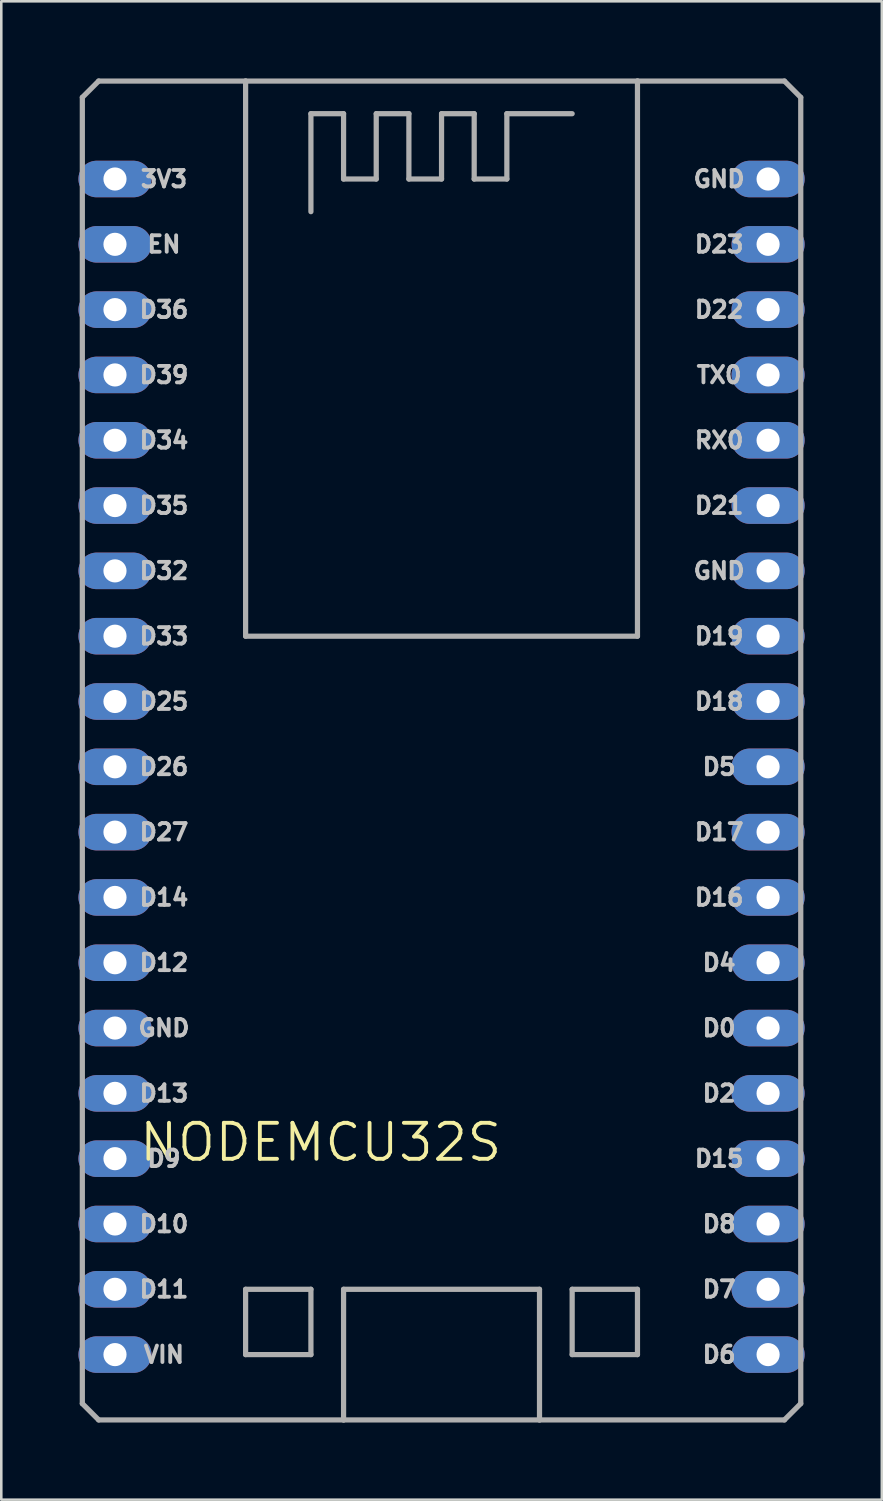
<source format=kicad_pcb>
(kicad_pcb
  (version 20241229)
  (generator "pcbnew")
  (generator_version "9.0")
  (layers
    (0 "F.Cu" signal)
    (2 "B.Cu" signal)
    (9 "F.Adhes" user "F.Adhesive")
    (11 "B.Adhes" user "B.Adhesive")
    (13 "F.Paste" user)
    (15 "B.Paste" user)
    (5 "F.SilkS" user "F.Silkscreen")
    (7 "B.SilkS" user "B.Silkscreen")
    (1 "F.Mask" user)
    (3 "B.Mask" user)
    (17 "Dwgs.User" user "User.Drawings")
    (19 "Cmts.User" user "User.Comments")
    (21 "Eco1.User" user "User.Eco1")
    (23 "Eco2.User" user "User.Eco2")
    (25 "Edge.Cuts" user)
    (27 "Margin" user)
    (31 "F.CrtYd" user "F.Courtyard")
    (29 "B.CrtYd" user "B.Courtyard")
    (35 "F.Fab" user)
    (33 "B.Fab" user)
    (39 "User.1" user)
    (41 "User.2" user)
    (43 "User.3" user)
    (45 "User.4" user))
  (footprint "NODEMCU32S"
    (layer "F.Cu")
    (at 15.392 25.502)
    (property "Reference" "NODEMCU32S" (at -5.969 15.875 180) (layer "F.SilkS") (effects (font (size 1.4 1.4) (thickness 0.15))))
    (attr through_hole)
    (fp_line (start -15.24 -24.765) (end -14.605 -25.4) (stroke (width 0.203) (type solid)) (layer "F.Fab"))
    (fp_line (start -15.24 26.035) (end -15.24 -24.765) (stroke (width 0.203) (type solid)) (layer "F.Fab"))
    (fp_line (start -15.24 26.035) (end -14.605 26.67) (stroke (width 0.203) (type solid)) (layer "F.Fab"))
    (fp_line (start -14.605 -25.4) (end -8.89 -25.4) (stroke (width 0.203) (type solid)) (layer "F.Fab"))
    (fp_line (start -14.605 26.67) (end -5.08 26.67) (stroke (width 0.203) (type solid)) (layer "F.Fab"))
    (fp_line (start -8.89 -25.4) (end -8.89 -3.81) (stroke (width 0.203) (type solid)) (layer "F.Fab"))
    (fp_line (start -8.89 -25.4) (end 6.35 -25.4) (stroke (width 0.203) (type solid)) (layer "F.Fab"))
    (fp_line (start -8.89 -3.81) (end 6.35 -3.81) (stroke (width 0.203) (type solid)) (layer "F.Fab"))
    (fp_line (start -8.89 21.59) (end -6.35 21.59) (stroke (width 0.203) (type solid)) (layer "F.Fab"))
    (fp_line (start -8.89 24.13) (end -8.89 21.59) (stroke (width 0.203) (type solid)) (layer "F.Fab"))
    (fp_line (start -6.35 -24.13) (end -5.08 -24.13) (stroke (width 0.203) (type solid)) (layer "F.Fab"))
    (fp_line (start -6.35 -20.32) (end -6.35 -24.13) (stroke (width 0.203) (type solid)) (layer "F.Fab"))
    (fp_line (start -6.35 21.59) (end -6.35 24.13) (stroke (width 0.203) (type solid)) (layer "F.Fab"))
    (fp_line (start -6.35 24.13) (end -8.89 24.13) (stroke (width 0.203) (type solid)) (layer "F.Fab"))
    (fp_line (start -5.08 -24.13) (end -5.08 -21.59) (stroke (width 0.203) (type solid)) (layer "F.Fab"))
    (fp_line (start -5.08 -21.59) (end -3.81 -21.59) (stroke (width 0.203) (type solid)) (layer "F.Fab"))
    (fp_line (start -5.08 21.59) (end 2.54 21.59) (stroke (width 0.203) (type solid)) (layer "F.Fab"))
    (fp_line (start -5.08 26.67) (end -5.08 21.59) (stroke (width 0.203) (type solid)) (layer "F.Fab"))
    (fp_line (start -5.08 26.67) (end 2.54 26.67) (stroke (width 0.203) (type solid)) (layer "F.Fab"))
    (fp_line (start -3.81 -24.13) (end -2.54 -24.13) (stroke (width 0.203) (type solid)) (layer "F.Fab"))
    (fp_line (start -3.81 -21.59) (end -3.81 -24.13) (stroke (width 0.203) (type solid)) (layer "F.Fab"))
    (fp_line (start -2.54 -24.13) (end -2.54 -21.59) (stroke (width 0.203) (type solid)) (layer "F.Fab"))
    (fp_line (start -2.54 -21.59) (end -1.27 -21.59) (stroke (width 0.203) (type solid)) (layer "F.Fab"))
    (fp_line (start -1.27 -24.13) (end 0 -24.13) (stroke (width 0.203) (type solid)) (layer "F.Fab"))
    (fp_line (start -1.27 -21.59) (end -1.27 -24.13) (stroke (width 0.203) (type solid)) (layer "F.Fab"))
    (fp_line (start 0 -24.13) (end 0 -21.59) (stroke (width 0.203) (type solid)) (layer "F.Fab"))
    (fp_line (start 0 -21.59) (end 1.27 -21.59) (stroke (width 0.203) (type solid)) (layer "F.Fab"))
    (fp_line (start 1.27 -24.13) (end 3.81 -24.13) (stroke (width 0.203) (type solid)) (layer "F.Fab"))
    (fp_line (start 1.27 -21.59) (end 1.27 -24.13) (stroke (width 0.203) (type solid)) (layer "F.Fab"))
    (fp_line (start 2.54 21.59) (end 2.54 26.67) (stroke (width 0.203) (type solid)) (layer "F.Fab"))
    (fp_line (start 2.54 26.67) (end 12.065 26.67) (stroke (width 0.203) (type solid)) (layer "F.Fab"))
    (fp_line (start 3.81 21.59) (end 3.81 24.13) (stroke (width 0.203) (type solid)) (layer "F.Fab"))
    (fp_line (start 3.81 24.13) (end 6.35 24.13) (stroke (width 0.203) (type solid)) (layer "F.Fab"))
    (fp_line (start 6.35 -25.4) (end 12.065 -25.4) (stroke (width 0.203) (type solid)) (layer "F.Fab"))
    (fp_line (start 6.35 -3.81) (end 6.35 -25.4) (stroke (width 0.203) (type solid)) (layer "F.Fab"))
    (fp_line (start 6.35 21.59) (end 3.81 21.59) (stroke (width 0.203) (type solid)) (layer "F.Fab"))
    (fp_line (start 6.35 24.13) (end 6.35 21.59) (stroke (width 0.203) (type solid)) (layer "F.Fab"))
    (fp_line (start 12.065 -25.4) (end 12.7 -24.765) (stroke (width 0.203) (type solid)) (layer "F.Fab"))
    (fp_line (start 12.7 -24.765) (end 12.7 26.035) (stroke (width 0.203) (type solid)) (layer "F.Fab"))
    (fp_line (start 12.7 26.035) (end 12.065 26.67) (stroke (width 0.203) (type solid)) (layer "F.Fab"))
    (fp_text user "D17" (at 9.525 3.81 0) (layer "Dwgs.User") (effects (font (size 0.64 0.64) (thickness 0.15))))
    (fp_text user "D5" (at 9.525 1.27 0) (layer "Dwgs.User") (effects (font (size 0.64 0.64) (thickness 0.15))))
    (fp_text user "D16" (at 9.525 6.35 0) (layer "Dwgs.User") (effects (font (size 0.64 0.64) (thickness 0.15))))
    (fp_text user "VIN" (at -12.065 24.13 0) (layer "Dwgs.User") (effects (font (size 0.64 0.64) (thickness 0.15))))
    (fp_text user "RX0" (at 9.525 -11.43 0) (layer "Dwgs.User") (effects (font (size 0.64 0.64) (thickness 0.15))))
    (fp_text user "D4" (at 9.525 8.89 0) (layer "Dwgs.User") (effects (font (size 0.64 0.64) (thickness 0.15))))
    (fp_text user "TX0" (at 9.525 -13.97 0) (layer "Dwgs.User") (effects (font (size 0.64 0.64) (thickness 0.15))))
    (fp_text user "EN" (at -12.065 -19.05 0) (layer "Dwgs.User") (effects (font (size 0.64 0.64) (thickness 0.15))))
    (fp_text user "D11" (at -12.065 21.59 0) (layer "Dwgs.User") (effects (font (size 0.64 0.64) (thickness 0.15))))
    (fp_text user "D33" (at -12.065 -3.81 0) (layer "Dwgs.User") (effects (font (size 0.64 0.64) (thickness 0.15))))
    (fp_text user "D21" (at 9.525 -8.89 0) (layer "Dwgs.User") (effects (font (size 0.64 0.64) (thickness 0.15))))
    (fp_text user "D26" (at -12.065 1.27 0) (layer "Dwgs.User") (effects (font (size 0.64 0.64) (thickness 0.15))))
    (fp_text user "D0" (at 9.525 11.43 0) (layer "Dwgs.User") (effects (font (size 0.64 0.64) (thickness 0.15))))
    (fp_text user "GND" (at -12.065 11.43 0) (layer "Dwgs.User") (effects (font (size 0.64 0.64) (thickness 0.15))))
    (fp_text user "D14" (at -12.065 6.35 0) (layer "Dwgs.User") (effects (font (size 0.64 0.64) (thickness 0.15))))
    (fp_text user "D23" (at 9.525 -19.05 0) (layer "Dwgs.User") (effects (font (size 0.64 0.64) (thickness 0.15))))
    (fp_text user "D39" (at -12.065 -13.97 0) (layer "Dwgs.User") (effects (font (size 0.64 0.64) (thickness 0.15))))
    (fp_text user "D19" (at 9.525 -3.81 0) (layer "Dwgs.User") (effects (font (size 0.64 0.64) (thickness 0.15))))
    (fp_text user "D6" (at 9.525 24.13 0) (layer "Dwgs.User") (effects (font (size 0.64 0.64) (thickness 0.15))))
    (fp_text user "D13" (at -12.065 13.97 0) (layer "Dwgs.User") (effects (font (size 0.64 0.64) (thickness 0.15))))
    (fp_text user "D2" (at 9.525 13.97 0) (layer "Dwgs.User") (effects (font (size 0.64 0.64) (thickness 0.15))))
    (fp_text user "D27" (at -12.065 3.81 0) (layer "Dwgs.User") (effects (font (size 0.64 0.64) (thickness 0.15))))
    (fp_text user "D10" (at -12.065 19.05 0) (layer "Dwgs.User") (effects (font (size 0.64 0.64) (thickness 0.15))))
    (fp_text user "D7" (at 9.525 21.59 0) (layer "Dwgs.User") (effects (font (size 0.64 0.64) (thickness 0.15))))
    (fp_text user "D18" (at 9.525 -1.27 0) (layer "Dwgs.User") (effects (font (size 0.64 0.64) (thickness 0.15))))
    (fp_text user "GND" (at 9.525 -6.35 0) (layer "Dwgs.User") (effects (font (size 0.64 0.64) (thickness 0.15))))
    (fp_text user "D22" (at 9.525 -16.51 0) (layer "Dwgs.User") (effects (font (size 0.64 0.64) (thickness 0.15))))
    (fp_text user "D36" (at -12.065 -16.51 0) (layer "Dwgs.User") (effects (font (size 0.64 0.64) (thickness 0.15))))
    (fp_text user "D12" (at -12.065 8.89 0) (layer "Dwgs.User") (effects (font (size 0.64 0.64) (thickness 0.15))))
    (fp_text user "D34" (at -12.065 -11.43 0) (layer "Dwgs.User") (effects (font (size 0.64 0.64) (thickness 0.15))))
    (fp_text user "D8" (at 9.525 19.05 0) (layer "Dwgs.User") (effects (font (size 0.64 0.64) (thickness 0.15))))
    (fp_text user "D9" (at -12.065 16.51 0) (layer "Dwgs.User") (effects (font (size 0.64 0.64) (thickness 0.15))))
    (fp_text user "D25" (at -12.065 -1.27 0) (layer "Dwgs.User") (effects (font (size 0.64 0.64) (thickness 0.15))))
    (fp_text user "D35" (at -12.065 -8.89 0) (layer "Dwgs.User") (effects (font (size 0.64 0.64) (thickness 0.15))))
    (fp_text user "D32" (at -12.065 -6.35 0) (layer "Dwgs.User") (effects (font (size 0.64 0.64) (thickness 0.15))))
    (fp_text user "D15" (at 9.525 16.51 0) (layer "Dwgs.User") (effects (font (size 0.64 0.64) (thickness 0.15))))
    (fp_text user "GND" (at 9.525 -21.59 0) (layer "Dwgs.User") (effects (font (size 0.64 0.64) (thickness 0.15))))
    (fp_text user "3V3" (at -12.065 -21.59 0) (layer "Dwgs.User") (effects (font (size 0.64 0.64) (thickness 0.15))))
    (pad "3V3" thru_hole oval (at -13.97 -21.59) (size 2.845 1.422) (drill 0.9) (layers "*.Cu" "*.Mask"))
    (pad "EN" thru_hole oval (at -13.97 -19.05) (size 2.845 1.422) (drill 0.9) (layers "*.Cu" "*.Mask"))
    (pad "GND@1" thru_hole oval (at -13.97 11.43) (size 2.845 1.422) (drill 0.9) (layers "*.Cu" "*.Mask"))
    (pad "GND@2" thru_hole oval (at 11.43 -21.59) (size 2.845 1.422) (drill 0.9) (layers "*.Cu" "*.Mask"))
    (pad "GND@3" thru_hole oval (at 11.43 -6.35) (size 2.845 1.422) (drill 0.9) (layers "*.Cu" "*.Mask"))
    (pad "GPIO0" thru_hole oval (at 11.43 11.43) (size 2.845 1.422) (drill 0.9) (layers "*.Cu" "*.Mask"))
    (pad "GPIO2" thru_hole oval (at 11.43 13.97) (size 2.845 1.422) (drill 0.9) (layers "*.Cu" "*.Mask"))
    (pad "GPIO4" thru_hole oval (at 11.43 8.89) (size 2.845 1.422) (drill 0.9) (layers "*.Cu" "*.Mask"))
    (pad "GPIO5" thru_hole oval (at 11.43 1.27) (size 2.845 1.422) (drill 0.9) (layers "*.Cu" "*.Mask"))
    (pad "GPIO6" thru_hole oval (at 11.43 24.13) (size 2.845 1.422) (drill 0.9) (layers "*.Cu" "*.Mask"))
    (pad "GPIO7" thru_hole oval (at 11.43 21.59) (size 2.845 1.422) (drill 0.9) (layers "*.Cu" "*.Mask"))
    (pad "GPIO8" thru_hole oval (at 11.43 19.05) (size 2.845 1.422) (drill 0.9) (layers "*.Cu" "*.Mask"))
    (pad "GPIO9" thru_hole oval (at -13.97 16.51) (size 2.845 1.422) (drill 0.9) (layers "*.Cu" "*.Mask"))
    (pad "GPIO10" thru_hole oval (at -13.97 19.05) (size 2.845 1.422) (drill 0.9) (layers "*.Cu" "*.Mask"))
    (pad "GPIO11" thru_hole oval (at -13.97 21.59) (size 2.845 1.422) (drill 0.9) (layers "*.Cu" "*.Mask"))
    (pad "GPIO12" thru_hole oval (at -13.97 8.89) (size 2.845 1.422) (drill 0.9) (layers "*.Cu" "*.Mask"))
    (pad "GPIO13" thru_hole oval (at -13.97 13.97) (size 2.845 1.422) (drill 0.9) (layers "*.Cu" "*.Mask"))
    (pad "GPIO14" thru_hole oval (at -13.97 6.35) (size 2.845 1.422) (drill 0.9) (layers "*.Cu" "*.Mask"))
    (pad "GPIO15" thru_hole oval (at 11.43 16.51) (size 2.845 1.422) (drill 0.9) (layers "*.Cu" "*.Mask"))
    (pad "GPIO16" thru_hole oval (at 11.43 6.35) (size 2.845 1.422) (drill 0.9) (layers "*.Cu" "*.Mask"))
    (pad "GPIO17" thru_hole oval (at 11.43 3.81) (size 2.845 1.422) (drill 0.9) (layers "*.Cu" "*.Mask"))
    (pad "GPIO18" thru_hole oval (at 11.43 -1.27) (size 2.845 1.422) (drill 0.9) (layers "*.Cu" "*.Mask"))
    (pad "GPIO19" thru_hole oval (at 11.43 -3.81) (size 2.845 1.422) (drill 0.9) (layers "*.Cu" "*.Mask"))
    (pad "GPIO21" thru_hole oval (at 11.43 -8.89) (size 2.845 1.422) (drill 0.9) (layers "*.Cu" "*.Mask"))
    (pad "GPIO22" thru_hole oval (at 11.43 -16.51) (size 2.845 1.422) (drill 0.9) (layers "*.Cu" "*.Mask"))
    (pad "GPIO23" thru_hole oval (at 11.43 -19.05) (size 2.845 1.422) (drill 0.9) (layers "*.Cu" "*.Mask"))
    (pad "GPIO25" thru_hole oval (at -13.97 -1.27) (size 2.845 1.422) (drill 0.9) (layers "*.Cu" "*.Mask"))
    (pad "GPIO26" thru_hole oval (at -13.97 1.27) (size 2.845 1.422) (drill 0.9) (layers "*.Cu" "*.Mask"))
    (pad "GPIO27" thru_hole oval (at -13.97 3.81) (size 2.845 1.422) (drill 0.9) (layers "*.Cu" "*.Mask"))
    (pad "GPIO32" thru_hole oval (at -13.97 -6.35) (size 2.845 1.422) (drill 0.9) (layers "*.Cu" "*.Mask"))
    (pad "GPIO33" thru_hole oval (at -13.97 -3.81) (size 2.845 1.422) (drill 0.9) (layers "*.Cu" "*.Mask"))
    (pad "GPIO34" thru_hole oval (at -13.97 -11.43) (size 2.845 1.422) (drill 0.9) (layers "*.Cu" "*.Mask"))
    (pad "GPIO35" thru_hole oval (at -13.97 -8.89) (size 2.845 1.422) (drill 0.9) (layers "*.Cu" "*.Mask"))
    (pad "GPIO36" thru_hole oval (at -13.97 -16.51) (size 2.845 1.422) (drill 0.9) (layers "*.Cu" "*.Mask"))
    (pad "GPIO39" thru_hole oval (at -13.97 -13.97) (size 2.845 1.422) (drill 0.9) (layers "*.Cu" "*.Mask"))
    (pad "RX0" thru_hole oval (at 11.43 -11.43) (size 2.845 1.422) (drill 0.9) (layers "*.Cu" "*.Mask"))
    (pad "TX0" thru_hole oval (at 11.43 -13.97) (size 2.845 1.422) (drill 0.9) (layers "*.Cu" "*.Mask"))
    (pad "VIN" thru_hole oval (at -13.97 24.13) (size 2.845 1.422) (drill 0.9) (layers "*.Cu" "*.Mask")))
  (gr_rect
    (start -3 -3)
    (end 31.245 55.273)
    (stroke (width 0.1) (type default))
    (fill no)
    (layer "Edge.Cuts")))
</source>
